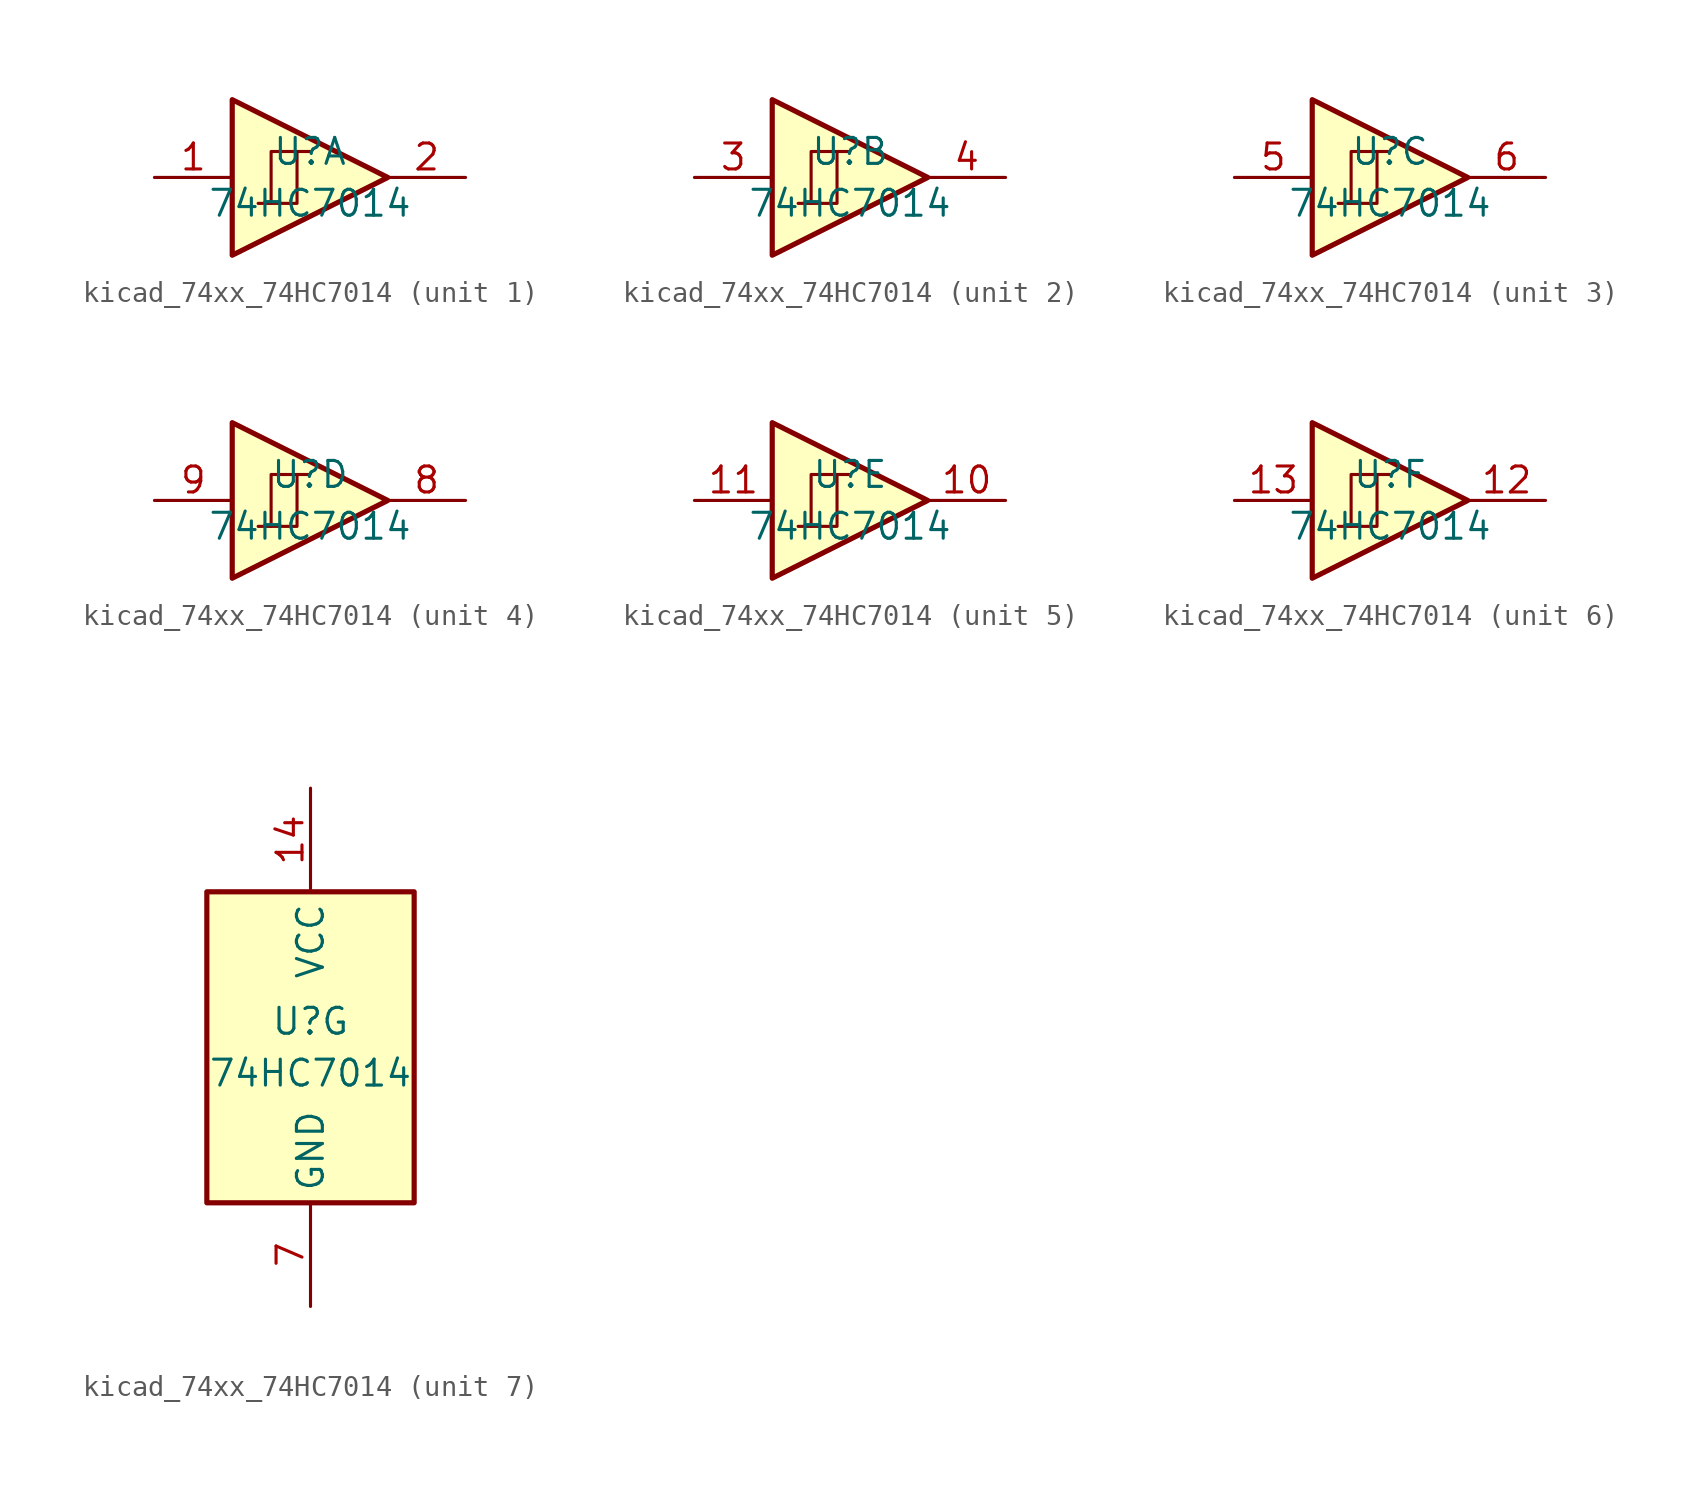
<source format=kicad_sym>
(kicad_symbol_lib
  (version 20220914)
  (generator kicad_symbol_editor)
  (symbol "kicad_74xx_74HC7014"
    (property "Reference" "U"
      (at 0 1.27 0)
      (effects (font (size 1.27 1.27))))
    (property "Value" "74HC7014"
      (at 0 -1.27 0)
      (effects (font (size 1.27 1.27))))
    (property "ki_locked" ""
      (at 0 0 0)
      (effects (font (size 1.27 1.27))))
    (symbol "kicad_74xx_74HC7014_1_1"
      (polyline (pts (xy -1.905 -1.27) (xy -1.905 1.27) (xy -0.635 1.27)) (stroke (width 0) (type default)) (fill (type none)))
      (polyline (pts (xy -3.81 3.81) (xy -3.81 -3.81) (xy 3.81 0) (xy -3.81 3.81)) (stroke (width 0.254) (type default)) (fill (type background)))
      (polyline (pts (xy -2.54 -1.27) (xy -0.635 -1.27) (xy -0.635 1.27) (xy 0 1.27)) (stroke (width 0) (type default)) (fill (type none)))
      (pin input line (at -7.62 0 0) (length 3.81) (name "~" (effects (font (size 1.27 1.27)))) (number "1" (effects (font (size 1.27 1.27)))))
      (pin output line (at 7.62 0 180) (length 3.81) (name "~" (effects (font (size 1.27 1.27)))) (number "2" (effects (font (size 1.27 1.27))))))
    (symbol "kicad_74xx_74HC7014_2_1"
      (polyline (pts (xy -1.905 -1.27) (xy -1.905 1.27) (xy -0.635 1.27)) (stroke (width 0) (type default)) (fill (type none)))
      (polyline (pts (xy -3.81 3.81) (xy -3.81 -3.81) (xy 3.81 0) (xy -3.81 3.81)) (stroke (width 0.254) (type default)) (fill (type background)))
      (polyline (pts (xy -2.54 -1.27) (xy -0.635 -1.27) (xy -0.635 1.27) (xy 0 1.27)) (stroke (width 0) (type default)) (fill (type none)))
      (pin input line (at -7.62 0 0) (length 3.81) (name "~" (effects (font (size 1.27 1.27)))) (number "3" (effects (font (size 1.27 1.27)))))
      (pin output line (at 7.62 0 180) (length 3.81) (name "~" (effects (font (size 1.27 1.27)))) (number "4" (effects (font (size 1.27 1.27))))))
    (symbol "kicad_74xx_74HC7014_3_1"
      (polyline (pts (xy -1.905 -1.27) (xy -1.905 1.27) (xy -0.635 1.27)) (stroke (width 0) (type default)) (fill (type none)))
      (polyline (pts (xy -3.81 3.81) (xy -3.81 -3.81) (xy 3.81 0) (xy -3.81 3.81)) (stroke (width 0.254) (type default)) (fill (type background)))
      (polyline (pts (xy -2.54 -1.27) (xy -0.635 -1.27) (xy -0.635 1.27) (xy 0 1.27)) (stroke (width 0) (type default)) (fill (type none)))
      (pin input line (at -7.62 0 0) (length 3.81) (name "~" (effects (font (size 1.27 1.27)))) (number "5" (effects (font (size 1.27 1.27)))))
      (pin output line (at 7.62 0 180) (length 3.81) (name "~" (effects (font (size 1.27 1.27)))) (number "6" (effects (font (size 1.27 1.27))))))
    (symbol "kicad_74xx_74HC7014_4_1"
      (polyline (pts (xy -1.905 -1.27) (xy -1.905 1.27) (xy -0.635 1.27)) (stroke (width 0) (type default)) (fill (type none)))
      (polyline (pts (xy -3.81 3.81) (xy -3.81 -3.81) (xy 3.81 0) (xy -3.81 3.81)) (stroke (width 0.254) (type default)) (fill (type background)))
      (polyline (pts (xy -2.54 -1.27) (xy -0.635 -1.27) (xy -0.635 1.27) (xy 0 1.27)) (stroke (width 0) (type default)) (fill (type none)))
      (pin output line (at 7.62 0 180) (length 3.81) (name "~" (effects (font (size 1.27 1.27)))) (number "8" (effects (font (size 1.27 1.27)))))
      (pin input line (at -7.62 0 0) (length 3.81) (name "~" (effects (font (size 1.27 1.27)))) (number "9" (effects (font (size 1.27 1.27))))))
    (symbol "kicad_74xx_74HC7014_5_1"
      (polyline (pts (xy -1.905 -1.27) (xy -1.905 1.27) (xy -0.635 1.27)) (stroke (width 0) (type default)) (fill (type none)))
      (polyline (pts (xy -3.81 3.81) (xy -3.81 -3.81) (xy 3.81 0) (xy -3.81 3.81)) (stroke (width 0.254) (type default)) (fill (type background)))
      (polyline (pts (xy -2.54 -1.27) (xy -0.635 -1.27) (xy -0.635 1.27) (xy 0 1.27)) (stroke (width 0) (type default)) (fill (type none)))
      (pin output line (at 7.62 0 180) (length 3.81) (name "~" (effects (font (size 1.27 1.27)))) (number "10" (effects (font (size 1.27 1.27)))))
      (pin input line (at -7.62 0 0) (length 3.81) (name "~" (effects (font (size 1.27 1.27)))) (number "11" (effects (font (size 1.27 1.27))))))
    (symbol "kicad_74xx_74HC7014_6_1"
      (polyline (pts (xy -1.905 -1.27) (xy -1.905 1.27) (xy -0.635 1.27)) (stroke (width 0) (type default)) (fill (type none)))
      (polyline (pts (xy -3.81 3.81) (xy -3.81 -3.81) (xy 3.81 0) (xy -3.81 3.81)) (stroke (width 0.254) (type default)) (fill (type background)))
      (polyline (pts (xy -2.54 -1.27) (xy -0.635 -1.27) (xy -0.635 1.27) (xy 0 1.27)) (stroke (width 0) (type default)) (fill (type none)))
      (pin output line (at 7.62 0 180) (length 3.81) (name "~" (effects (font (size 1.27 1.27)))) (number "12" (effects (font (size 1.27 1.27)))))
      (pin input line (at -7.62 0 0) (length 3.81) (name "~" (effects (font (size 1.27 1.27)))) (number "13" (effects (font (size 1.27 1.27))))))
    (symbol "kicad_74xx_74HC7014_7_1"
      (rectangle (start -5.08 7.62) (end 5.08 -7.62) (stroke (width 0.254) (type default)) (fill (type background)))
      (pin power_in line (at 0 12.7 270) (length 5.08) (name "VCC" (effects (font (size 1.27 1.27)))) (number "14" (effects (font (size 1.27 1.27)))))
      (pin power_in line (at 0 -12.7 90) (length 5.08) (name "GND" (effects (font (size 1.27 1.27)))) (number "7" (effects (font (size 1.27 1.27))))))))
</source>
